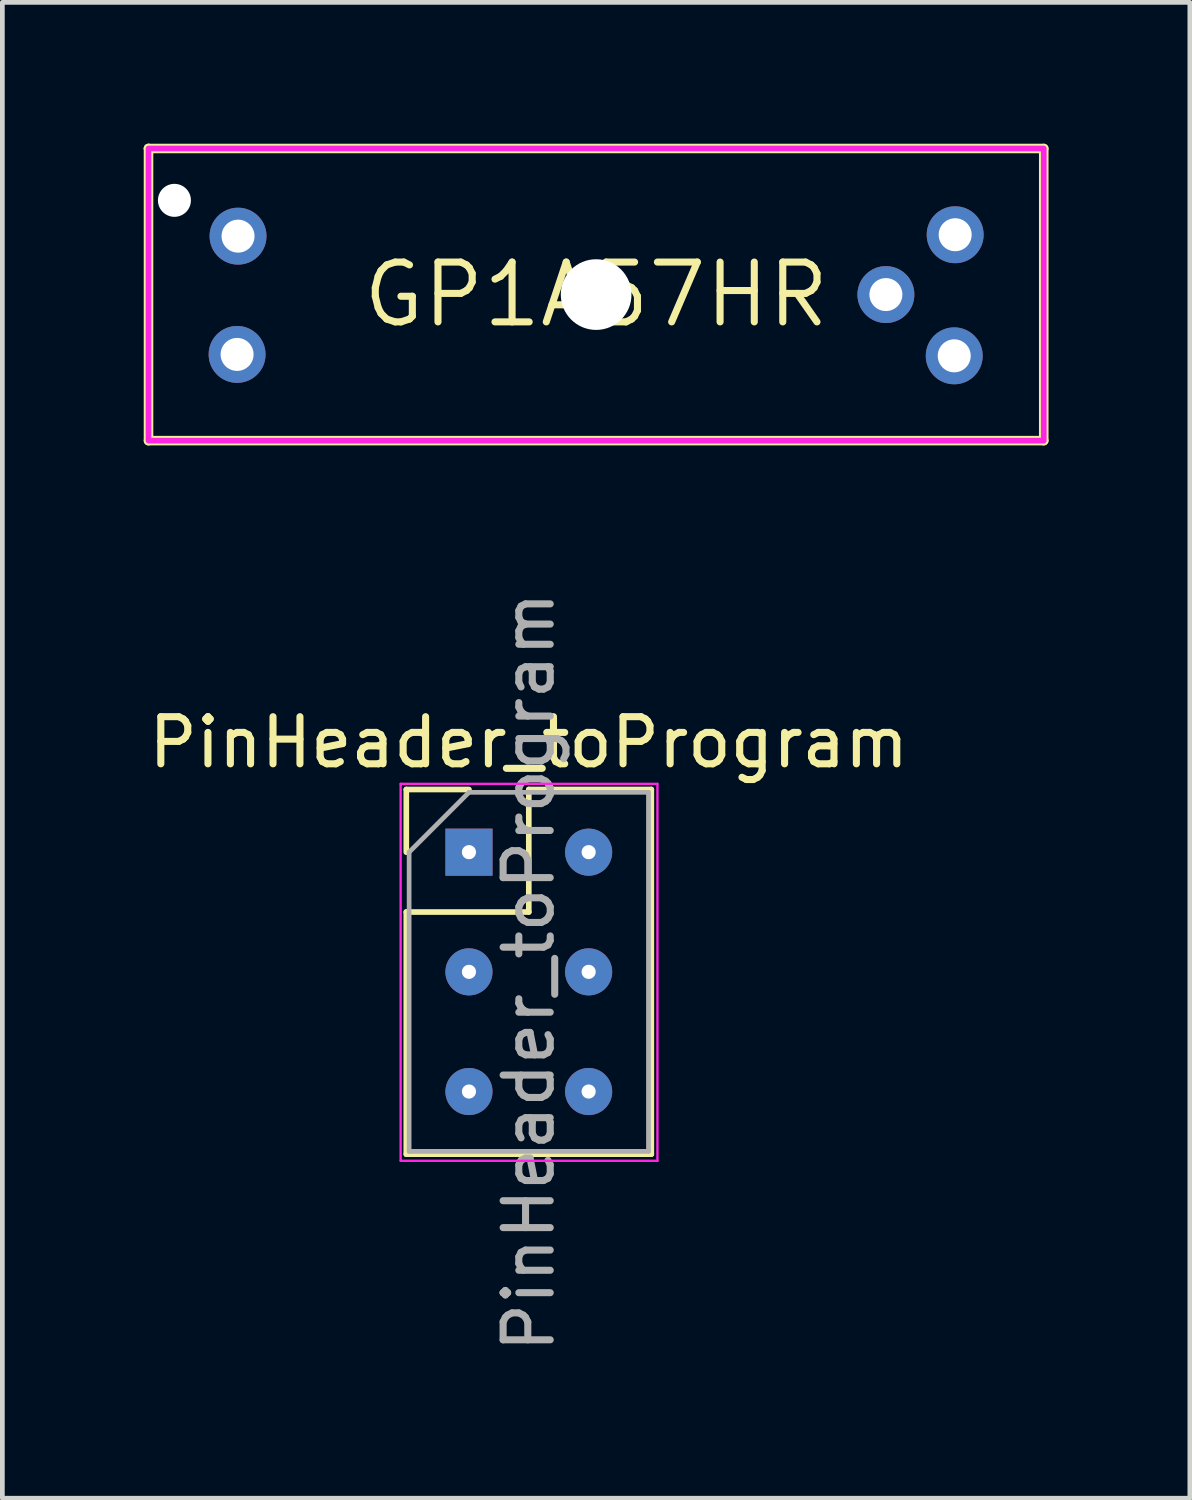
<source format=kicad_pcb>
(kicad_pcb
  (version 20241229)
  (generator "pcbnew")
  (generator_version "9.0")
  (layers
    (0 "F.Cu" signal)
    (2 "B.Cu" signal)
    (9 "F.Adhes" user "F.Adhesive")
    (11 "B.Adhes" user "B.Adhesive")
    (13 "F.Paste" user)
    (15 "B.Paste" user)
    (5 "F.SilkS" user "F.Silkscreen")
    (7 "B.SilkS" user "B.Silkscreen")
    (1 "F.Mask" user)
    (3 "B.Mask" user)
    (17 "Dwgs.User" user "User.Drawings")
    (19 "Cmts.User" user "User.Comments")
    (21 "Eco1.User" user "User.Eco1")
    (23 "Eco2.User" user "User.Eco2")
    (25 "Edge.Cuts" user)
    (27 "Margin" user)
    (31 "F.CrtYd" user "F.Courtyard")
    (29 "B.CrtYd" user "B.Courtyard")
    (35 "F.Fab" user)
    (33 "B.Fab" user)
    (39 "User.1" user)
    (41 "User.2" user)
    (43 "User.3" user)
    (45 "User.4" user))
  (footprint "PinHeader_toProgram"
    (layer "F.Cu")
    (at 6.903 15.036)
    (property "Reference" "PinHeader_toProgram" (at 1.27 -2.33 0) (layer "F.SilkS") (effects (font (size 1 1) (thickness 0.15))))
    (attr through_hole)
    (fp_line (start -1.33 -1.33) (end 0 -1.33) (stroke (width 0.12) (type solid)) (layer "F.SilkS"))
    (fp_line (start -1.33 0) (end -1.33 -1.33) (stroke (width 0.12) (type solid)) (layer "F.SilkS"))
    (fp_line (start -1.33 1.27) (end -1.33 6.41) (stroke (width 0.12) (type solid)) (layer "F.SilkS"))
    (fp_line (start -1.33 1.27) (end 1.27 1.27) (stroke (width 0.12) (type solid)) (layer "F.SilkS"))
    (fp_line (start -1.33 6.41) (end 3.87 6.41) (stroke (width 0.12) (type solid)) (layer "F.SilkS"))
    (fp_line (start 1.27 -1.33) (end 3.87 -1.33) (stroke (width 0.12) (type solid)) (layer "F.SilkS"))
    (fp_line (start 1.27 1.27) (end 1.27 -1.33) (stroke (width 0.12) (type solid)) (layer "F.SilkS"))
    (fp_line (start 3.87 -1.33) (end 3.87 6.41) (stroke (width 0.12) (type solid)) (layer "F.SilkS"))
    (fp_line (start -1.45 -1.45) (end -1.45 6.55) (stroke (width 0.05) (type solid)) (layer "F.CrtYd"))
    (fp_line (start -1.45 6.55) (end 4 6.55) (stroke (width 0.05) (type solid)) (layer "F.CrtYd"))
    (fp_line (start 4 -1.45) (end -1.45 -1.45) (stroke (width 0.05) (type solid)) (layer "F.CrtYd"))
    (fp_line (start 4 6.55) (end 4 -1.45) (stroke (width 0.05) (type solid)) (layer "F.CrtYd"))
    (fp_line (start -1.27 0) (end 0 -1.27) (stroke (width 0.1) (type solid)) (layer "F.Fab"))
    (fp_line (start -1.27 6.35) (end -1.27 0) (stroke (width 0.1) (type solid)) (layer "F.Fab"))
    (fp_line (start 0 -1.27) (end 3.81 -1.27) (stroke (width 0.1) (type solid)) (layer "F.Fab"))
    (fp_line (start 3.81 -1.27) (end 3.81 6.35) (stroke (width 0.1) (type solid)) (layer "F.Fab"))
    (fp_line (start 3.81 6.35) (end -1.27 6.35) (stroke (width 0.1) (type solid)) (layer "F.Fab"))
    (fp_text user "${REFERENCE}" (at 1.27 2.54 90) (layer "F.Fab") (effects (font (size 1 1) (thickness 0.15))))
    (pad "1" thru_hole rect (at 0 0) (size 1 1) (drill 0.3) (layers "*.Cu" "*.Mask"))
    (pad "2" thru_hole oval (at 2.54 0) (size 1 1) (drill 0.3) (layers "*.Cu" "*.Mask"))
    (pad "3" thru_hole oval (at 0 2.54) (size 1 1) (drill 0.3) (layers "*.Cu" "*.Mask"))
    (pad "4" thru_hole oval (at 2.54 2.54) (size 1 1) (drill 0.3) (layers "*.Cu" "*.Mask"))
    (pad "5" thru_hole oval (at 0 5.08) (size 1 1) (drill 0.3) (layers "*.Cu" "*.Mask"))
    (pad "6" thru_hole oval (at 2.54 5.08) (size 1 1) (drill 0.3) (layers "*.Cu" "*.Mask")))
  (footprint "GP1A57HR"
    (layer "F.Cu")
    (at 9.602 3.202)
    (property "Reference" "GP1A57HR" (at 0 0 0) (layer "F.SilkS") (effects (font (size 1.27 1.27) (thickness 0.15))))
    (fp_line (start -9.5 -3.1) (end -9.5 -3.1) (stroke (width 0.203) (type solid)) (layer "F.SilkS"))
    (fp_line (start -9.5 -3.1) (end 9.5 -3.1) (stroke (width 0.203) (type solid)) (layer "F.SilkS"))
    (fp_line (start -9.5 3.1) (end -9.5 -3.1) (stroke (width 0.203) (type solid)) (layer "F.SilkS"))
    (fp_line (start 9.5 -3.1) (end 9.5 3.1) (stroke (width 0.203) (type solid)) (layer "F.SilkS"))
    (fp_line (start 9.5 3.1) (end -9.5 3.1) (stroke (width 0.203) (type solid)) (layer "F.SilkS"))
    (fp_rect (start -9.5 -3.1) (end 9.5 3.1) (stroke (width 0.12) (type default)) (fill no) (layer "F.CrtYd"))
    (pad "" np_thru_hole circle (at -8.95 -2 180) (size 0.7 0.7) (drill 0.7) (layers "*.Cu" "*.Mask"))
    (pad "" np_thru_hole circle (at 0 0 180) (size 1.5 1.5) (drill 1.5) (layers "*.Cu" "*.Mask"))
    (pad "1" thru_hole circle (at -7.6 -1.24 180) (size 1.208 1.208) (drill 0.7) (layers "*.Cu" "*.Mask"))
    (pad "2" thru_hole circle (at -7.62 1.27 180) (size 1.208 1.208) (drill 0.7) (layers "*.Cu" "*.Mask"))
    (pad "3" thru_hole circle (at 7.6 1.3 180) (size 1.208 1.208) (drill 0.7) (layers "*.Cu" "*.Mask"))
    (pad "4" thru_hole circle (at 6.15 0 180) (size 1.208 1.208) (drill 0.7) (layers "*.Cu" "*.Mask"))
    (pad "5" thru_hole circle (at 7.62 -1.27 180) (size 1.208 1.208) (drill 0.7) (layers "*.Cu" "*.Mask")))
  (gr_rect
    (start -3 -3)
    (end 22.203 28.748)
    (stroke (width 0.1) (type default))
    (fill no)
    (layer "Edge.Cuts")))
</source>
